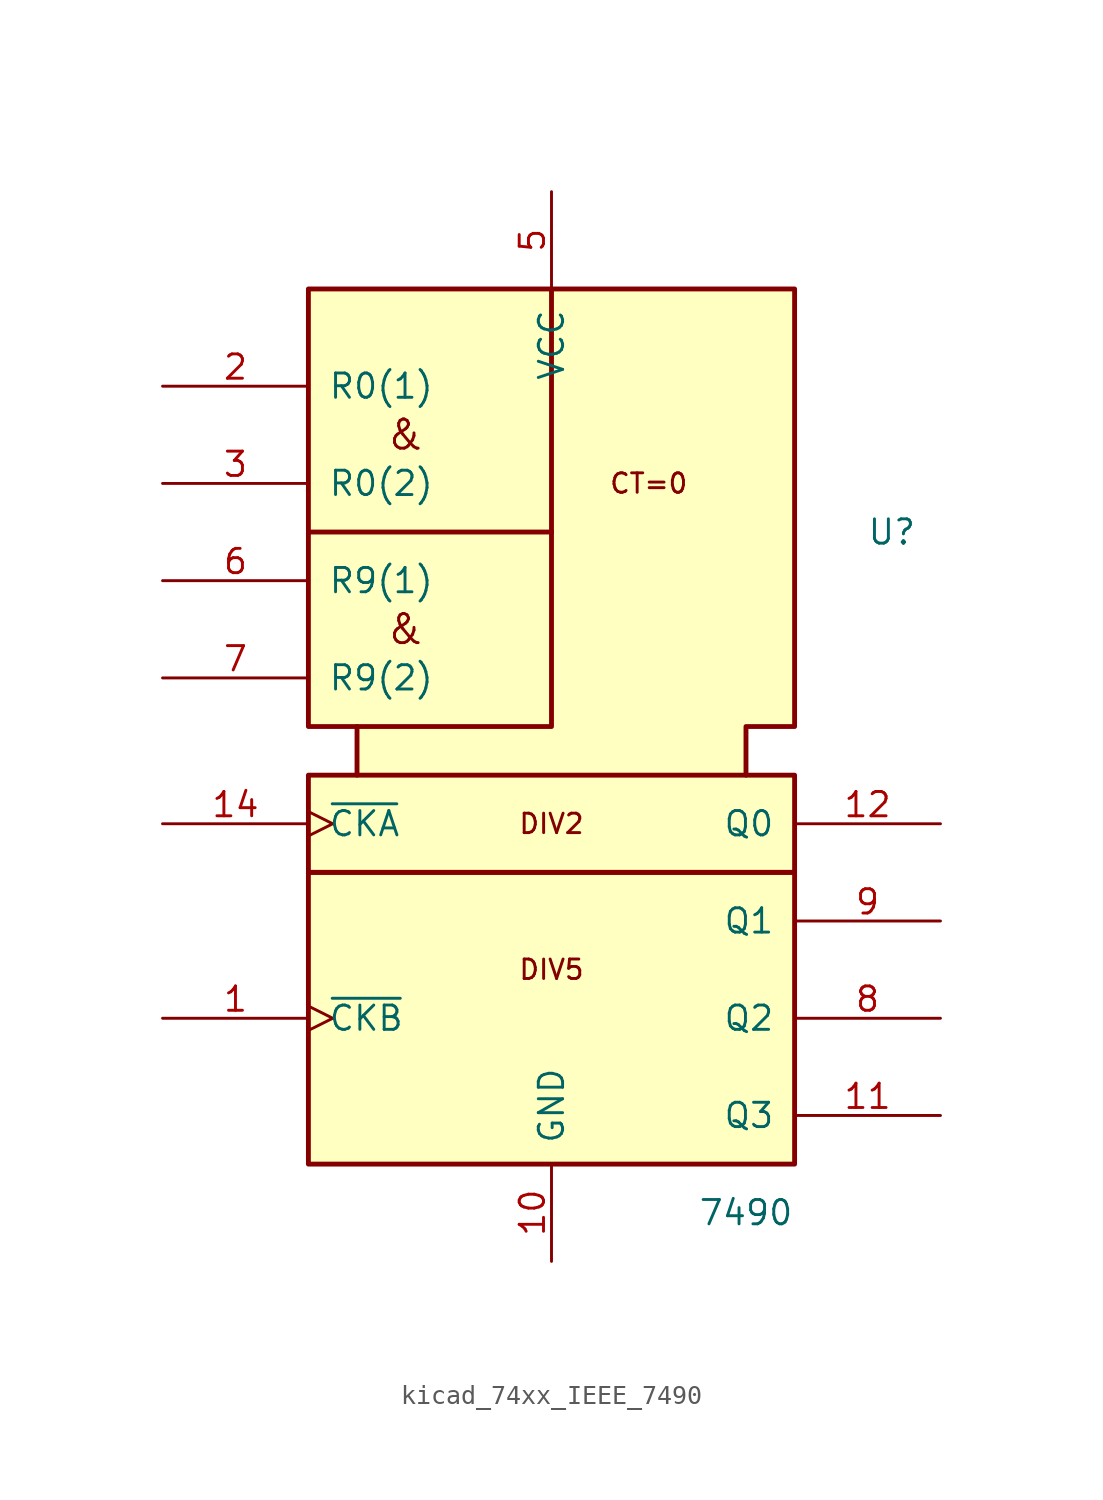
<source format=kicad_sym>
(kicad_symbol_lib
  (version 20220914)
  (generator kicad_symbol_editor)
  (symbol "kicad_74xx_IEEE_7490"
    (pin_names
      (offset 1.016))
    (property "Reference" "U"
      (at 17.78 30.48 0)
      (effects (font (size 1.27 1.27))))
    (property "Value" "7490"
      (at 10.16 -5.08 0)
      (effects (font (size 1.27 1.27))))
    (symbol "kicad_74xx_IEEE_7490_0_0"
      (rectangle (start -12.7 12.7) (end 12.7 -2.54) (stroke (width 0.254) (type default)) (fill (type background)))
      (rectangle (start -12.7 17.78) (end 12.7 12.7) (stroke (width 0.254) (type default)) (fill (type background)))
      (polyline (pts (xy 0 30.48) (xy -12.7 30.48) (xy -12.7 30.48)) (stroke (width 0.254) (type default)) (fill (type background)))
      (polyline (pts (xy 0 43.18) (xy 0 30.48) (xy 0 30.48)) (stroke (width 0.254) (type default)) (fill (type background)))
      (polyline (pts (xy 0 30.48) (xy 0 20.32) (xy -10.16 20.32) (xy -10.16 20.32)) (stroke (width 0.254) (type default)) (fill (type background)))
      (polyline (pts (xy -10.16 17.78) (xy -10.16 20.32) (xy -12.7 20.32) (xy -12.7 43.18) (xy 12.7 43.18) (xy 12.7 20.32) (xy 10.16 20.32) (xy 10.16 17.78) (xy 10.16 17.78)) (stroke (width 0.254) (type default)) (fill (type background)))
      (text "&" (at -7.62 25.4 0) (effects (font (size 1.524 1.524))))
      (text "&" (at -7.62 35.56 0) (effects (font (size 1.524 1.524))))
      (text "CT=0" (at 5.08 33.02 0) (effects (font (size 1.016 1.016))))
      (text "DIV2" (at 0 15.24 0) (effects (font (size 1.016 1.016))))
      (text "DIV5" (at 0 7.62 0) (effects (font (size 1.016 1.016))))
      (pin power_in line (at 0 -7.62 90) (length 5.08) (name "GND" (effects (font (size 1.27 1.27)))) (number "10" (effects (font (size 1.27 1.27)))))
      (pin power_in line (at 0 48.26 270) (length 5.08) (name "VCC" (effects (font (size 1.27 1.27)))) (number "5" (effects (font (size 1.27 1.27))))))
    (symbol "kicad_74xx_IEEE_7490_1_1"
      (pin input clock (at -20.32 5.08 0) (length 7.62) (name "~{CKB}" (effects (font (size 1.27 1.27)))) (number "1" (effects (font (size 1.27 1.27)))))
      (pin output line (at 20.32 0 180) (length 7.62) (name "Q3" (effects (font (size 1.27 1.27)))) (number "11" (effects (font (size 1.27 1.27)))))
      (pin output line (at 20.32 15.24 180) (length 7.62) (name "Q0" (effects (font (size 1.27 1.27)))) (number "12" (effects (font (size 1.27 1.27)))))
      (pin input clock (at -20.32 15.24 0) (length 7.62) (name "~{CKA}" (effects (font (size 1.27 1.27)))) (number "14" (effects (font (size 1.27 1.27)))))
      (pin input line (at -20.32 38.1 0) (length 7.62) (name "R0(1)" (effects (font (size 1.27 1.27)))) (number "2" (effects (font (size 1.27 1.27)))))
      (pin input line (at -20.32 33.02 0) (length 7.62) (name "R0(2)" (effects (font (size 1.27 1.27)))) (number "3" (effects (font (size 1.27 1.27)))))
      (pin input line (at -20.32 27.94 0) (length 7.62) (name "R9(1)" (effects (font (size 1.27 1.27)))) (number "6" (effects (font (size 1.27 1.27)))))
      (pin input line (at -20.32 22.86 0) (length 7.62) (name "R9(2)" (effects (font (size 1.27 1.27)))) (number "7" (effects (font (size 1.27 1.27)))))
      (pin output line (at 20.32 5.08 180) (length 7.62) (name "Q2" (effects (font (size 1.27 1.27)))) (number "8" (effects (font (size 1.27 1.27)))))
      (pin output line (at 20.32 10.16 180) (length 7.62) (name "Q1" (effects (font (size 1.27 1.27)))) (number "9" (effects (font (size 1.27 1.27))))))))
</source>
